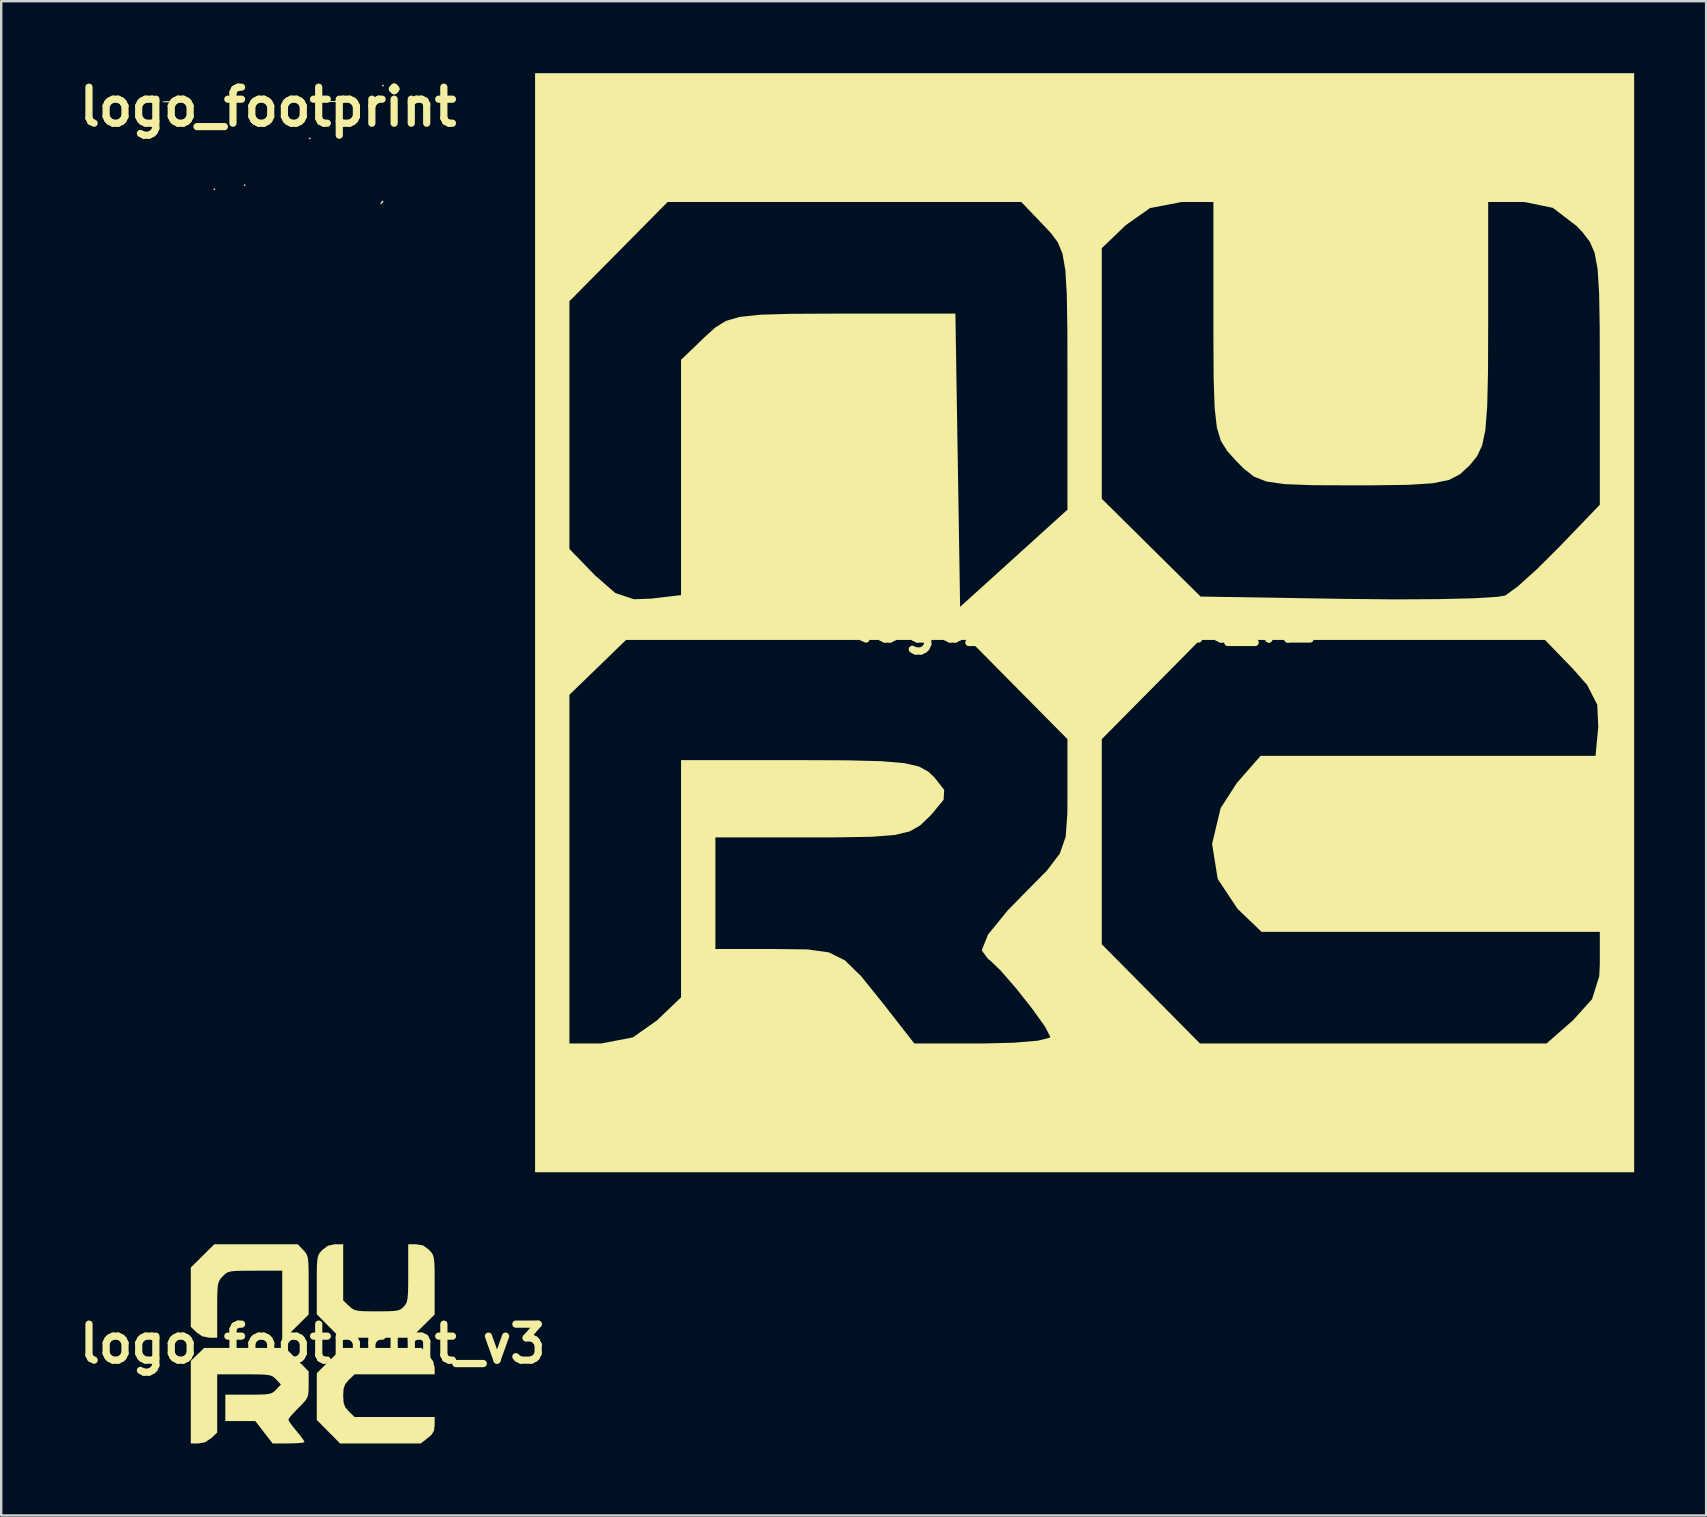
<source format=kicad_pcb>
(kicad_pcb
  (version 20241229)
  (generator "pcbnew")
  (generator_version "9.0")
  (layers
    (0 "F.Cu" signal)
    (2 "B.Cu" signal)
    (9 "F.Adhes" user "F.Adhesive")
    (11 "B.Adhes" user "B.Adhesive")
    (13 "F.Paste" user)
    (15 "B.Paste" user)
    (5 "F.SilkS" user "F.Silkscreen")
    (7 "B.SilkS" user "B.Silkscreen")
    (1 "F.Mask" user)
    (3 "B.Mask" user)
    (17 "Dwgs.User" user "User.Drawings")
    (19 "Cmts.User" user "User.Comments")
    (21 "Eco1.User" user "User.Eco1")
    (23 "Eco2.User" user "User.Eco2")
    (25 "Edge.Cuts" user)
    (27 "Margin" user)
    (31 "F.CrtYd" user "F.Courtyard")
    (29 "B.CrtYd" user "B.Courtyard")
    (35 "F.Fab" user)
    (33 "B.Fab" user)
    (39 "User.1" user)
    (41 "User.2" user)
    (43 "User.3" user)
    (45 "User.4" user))
  (footprint "logo_footprint_v3"
    (layer "F.Cu")
    (at 9.979 52.94)
    (property "Reference" "logo_footprint_v3" (at 0 0 0) (layer "F.SilkS") (effects (font (size 1.5 1.5) (thickness 0.3))))
    (attr board_only exclude_from_pos_files exclude_from_bom)
    (fp_poly (pts (xy 4.809 0.449) (xy 5.015 0.725) (xy 5.08 0.997) (xy 5.08 0.999) (xy 5.08 1.27) (xy 3.412 1.27) (xy 1.745 1.27) (xy 1.507 1.498) (xy 1.359 1.67) (xy 1.288 1.86) (xy 1.27 2.141) (xy 1.27 2.159) (xy 1.287 2.446) (xy 1.354 2.639) (xy 1.498 2.811) (xy 1.507 2.82) (xy 1.745 3.048) (xy 3.412 3.048) (xy 5.08 3.048) (xy 5.08 3.377) (xy 5.055 3.615) (xy 4.951 3.788) (xy 4.789 3.927) (xy 4.499 4.149) (xy 2.818 4.149) (xy 1.138 4.149) (xy 0.654 3.659) (xy 0.169 3.17) (xy 0.169 2.196) (xy 0.169 1.223) (xy 0.701 0.696) (xy 1.232 0.169) (xy 2.886 0.169) (xy 4.539 0.169)) (stroke (width 0) (type solid)) (fill yes) (layer "F.SilkS"))
    (fp_poly (pts (xy -0.397 -3.911) (xy -0.308 -3.814) (xy -0.246 -3.716) (xy -0.206 -3.589) (xy -0.183 -3.401) (xy -0.172 -3.121) (xy -0.169 -2.719) (xy -0.169 -2.448) (xy -0.169 -1.223) (xy -0.72 -0.677) (xy -1.27 -0.132) (xy -1.27 -1.59) (xy -1.27 -3.048) (xy -2.397 -3.048) (xy -2.853 -3.047) (xy -3.172 -3.04) (xy -3.386 -3.022) (xy -3.527 -2.987) (xy -3.628 -2.929) (xy -3.721 -2.843) (xy -3.752 -2.811) (xy -3.843 -2.71) (xy -3.905 -2.61) (xy -3.945 -2.478) (xy -3.967 -2.283) (xy -3.977 -1.992) (xy -3.979 -1.573) (xy -3.979 -1.414) (xy -3.979 -0.254) (xy -4.292 -0.254) (xy -4.605 -0.314) (xy -4.843 -0.482) (xy -5.08 -0.709) (xy -5.08 -1.945) (xy -5.08 -3.18) (xy -4.591 -3.664) (xy -4.101 -4.149) (xy -2.363 -4.149) (xy -0.624 -4.149)) (stroke (width 0) (type solid)) (fill yes) (layer "F.SilkS"))
    (fp_poly (pts (xy 4.591 -4.103) (xy 4.826 -3.938) (xy 4.852 -3.911) (xy 4.941 -3.814) (xy 5.003 -3.716) (xy 5.043 -3.589) (xy 5.066 -3.401) (xy 5.077 -3.121) (xy 5.08 -2.719) (xy 5.08 -2.448) (xy 5.08 -1.222) (xy 4.591 -0.738) (xy 4.101 -0.254) (xy 2.62 -0.254) (xy 1.138 -0.254) (xy 0.654 -0.743) (xy 0.169 -1.233) (xy 0.169 -2.453) (xy 0.17 -2.931) (xy 0.176 -3.27) (xy 0.192 -3.502) (xy 0.223 -3.657) (xy 0.273 -3.766) (xy 0.348 -3.859) (xy 0.397 -3.911) (xy 0.632 -4.091) (xy 0.911 -4.148) (xy 0.947 -4.149) (xy 1.27 -4.149) (xy 1.27 -2.979) (xy 1.27 -1.81) (xy 1.507 -1.582) (xy 1.62 -1.482) (xy 1.734 -1.417) (xy 1.886 -1.379) (xy 2.114 -1.361) (xy 2.455 -1.355) (xy 2.678 -1.355) (xy 3.092 -1.357) (xy 3.372 -1.369) (xy 3.554 -1.397) (xy 3.675 -1.446) (xy 3.769 -1.523) (xy 3.795 -1.551) (xy 3.868 -1.64) (xy 3.919 -1.745) (xy 3.951 -1.898) (xy 3.97 -2.128) (xy 3.978 -2.467) (xy 3.979 -2.944) (xy 3.979 -2.948) (xy 3.979 -4.149) (xy 4.302 -4.149)) (stroke (width 0) (type solid)) (fill yes) (layer "F.SilkS"))
    (fp_poly (pts (xy -0.654 0.659) (xy -0.169 1.148) (xy -0.169 1.699) (xy -0.174 1.991) (xy -0.205 2.187) (xy -0.29 2.346) (xy -0.454 2.529) (xy -0.593 2.667) (xy -0.803 2.884) (xy -0.954 3.058) (xy -1.016 3.155) (xy -1.016 3.157) (xy -0.965 3.255) (xy -0.833 3.438) (xy -0.677 3.631) (xy -0.5 3.85) (xy -0.377 4.018) (xy -0.339 4.091) (xy -0.417 4.118) (xy -0.623 4.138) (xy -0.919 4.148) (xy -1.006 4.149) (xy -1.673 4.149) (xy -2.032 3.683) (xy -2.391 3.217) (xy -3.016 3.217) (xy -3.641 3.217) (xy -3.641 2.667) (xy -3.641 2.117) (xy -2.682 2.117) (xy -2.264 2.115) (xy -1.979 2.104) (xy -1.793 2.079) (xy -1.67 2.032) (xy -1.574 1.957) (xy -1.524 1.905) (xy -1.325 1.693) (xy -1.524 1.482) (xy -1.612 1.396) (xy -1.707 1.337) (xy -1.84 1.3) (xy -2.045 1.28) (xy -2.352 1.272) (xy -2.793 1.27) (xy -2.851 1.27) (xy -3.979 1.27) (xy -3.979 2.482) (xy -3.979 3.694) (xy -4.217 3.921) (xy -4.489 4.103) (xy -4.767 4.149) (xy -5.08 4.149) (xy -5.08 2.43) (xy -5.08 0.711) (xy -4.801 0.44) (xy -4.522 0.169) (xy -2.83 0.169) (xy -1.138 0.169)) (stroke (width 0) (type solid)) (fill yes) (layer "F.SilkS")))
  (footprint "logo_footprint_v2"
    (layer "F.Cu")
    (at 42.139 22.896)
    (property "Reference" "logo_footprint_v2" (at 0 0 0) (layer "F.SilkS") (effects (font (size 1.5 1.5) (thickness 0.3))))
    (attr board_only exclude_from_pos_files exclude_from_bom)
    (fp_poly (pts (xy 22.896 0) (xy 22.896 22.896) (xy 0 22.896) (xy -22.896 22.896) (xy -22.896 17.53) (xy -21.465 17.53) (xy -20.143 17.53) (xy -18.822 17.276) (xy -17.817 16.568) (xy -16.814 15.607) (xy -16.814 10.665) (xy -16.814 5.724) (xy -11.861 5.724) (xy -9.864 5.732) (xy -8.456 5.769) (xy -7.511 5.849) (xy -6.904 5.989) (xy -6.506 6.206) (xy -6.257 6.443) (xy -5.851 6.964) (xy -5.875 7.375) (xy -6.364 7.969) (xy -6.443 8.053) (xy -6.846 8.44) (xy -7.289 8.694) (xy -7.922 8.845) (xy -8.893 8.918) (xy -10.354 8.942) (xy -11.331 8.944) (xy -15.383 8.944) (xy -15.383 11.269) (xy -15.383 13.594) (xy -12.853 13.594) (xy -11.547 13.61) (xy -10.66 13.732) (xy -9.982 14.069) (xy -9.305 14.733) (xy -8.42 15.833) (xy -8.282 16.009) (xy -7.095 17.53) (xy -4.263 17.53) (xy -2.942 17.497) (xy -1.949 17.412) (xy -1.456 17.29) (xy -1.431 17.253) (xy -1.643 16.837) (xy -2.169 16.1) (xy -2.841 15.25) (xy -3.493 14.497) (xy -3.958 14.05) (xy -4.021 14.012) (xy -4.287 13.649) (xy -4.185 13.395) (xy 0.715 13.395) (xy 2.761 15.462) (xy 4.807 17.53) (xy 12.026 17.53) (xy 19.245 17.53) (xy 20.355 16.556) (xy 21.142 15.682) (xy 21.442 14.728) (xy 21.465 14.23) (xy 21.465 12.879) (xy 14.419 12.879) (xy 7.373 12.879) (xy 6.37 11.918) (xy 5.545 10.674) (xy 5.311 9.212) (xy 5.668 7.721) (xy 6.35 6.666) (xy 7.334 5.545) (xy 14.31 5.545) (xy 21.286 5.545) (xy 21.401 4.337) (xy 21.358 3.414) (xy 20.939 2.595) (xy 20.347 1.922) (xy 19.178 0.715) (xy 11.993 0.715) (xy 4.807 0.715) (xy 2.761 2.783) (xy 0.715 4.85) (xy 0.715 9.123) (xy 0.715 13.395) (xy -4.185 13.395) (xy -4.025 12.991) (xy -3.211 11.993) (xy -2.504 11.269) (xy -1.57 10.324) (xy -1.036 9.625) (xy -0.789 8.917) (xy -0.719 7.946) (xy -0.715 7.179) (xy -0.715 4.85) (xy -2.761 2.783) (xy -4.807 0.715) (xy -11.956 0.715) (xy -19.105 0.715) (xy -20.285 1.859) (xy -21.465 3.002) (xy -21.465 10.266) (xy -21.465 17.53) (xy -22.896 17.53) (xy -22.896 0) (xy -22.896 -3.075) (xy -21.465 -3.075) (xy -20.391 -1.967) (xy -19.556 -1.24) (xy -18.78 -0.979) (xy -18.066 -1.005) (xy -16.814 -1.152) (xy -16.814 -6.054) (xy -16.814 -10.956) (xy -15.811 -11.918) (xy -15.377 -12.308) (xy -14.945 -12.575) (xy -14.374 -12.742) (xy -13.525 -12.833) (xy -12.262 -12.871) (xy -10.443 -12.879) (xy -10.095 -12.879) (xy -5.383 -12.879) (xy -5.285 -6.771) (xy -5.187 -0.663) (xy -2.951 -2.687) (xy -0.715 -4.711) (xy -0.715 -5.165) (xy 0.715 -5.165) (xy 2.774 -3.128) (xy 4.832 -1.091) (xy 10.912 -0.993) (xy 12.957 -0.974) (xy 14.773 -0.984) (xy 16.232 -1.02) (xy 17.202 -1.08) (xy 17.53 -1.137) (xy 18.041 -1.509) (xy 18.857 -2.244) (xy 19.765 -3.148) (xy 21.465 -4.916) (xy 21.465 -10.219) (xy 21.461 -12.27) (xy 21.437 -13.733) (xy 21.373 -14.737) (xy 21.25 -15.408) (xy 21.048 -15.875) (xy 20.748 -16.266) (xy 20.503 -16.526) (xy 19.51 -17.286) (xy 18.333 -17.528) (xy 18.178 -17.53) (xy 16.814 -17.53) (xy 16.814 -12.455) (xy 16.807 -10.435) (xy 16.773 -9.001) (xy 16.697 -8.026) (xy 16.56 -7.379) (xy 16.347 -6.931) (xy 16.039 -6.555) (xy 16.036 -6.552) (xy 15.644 -6.189) (xy 15.184 -5.95) (xy 14.505 -5.811) (xy 13.459 -5.745) (xy 11.894 -5.725) (xy 11.274 -5.724) (xy 9.531 -5.731) (xy 8.35 -5.774) (xy 7.574 -5.884) (xy 7.05 -6.091) (xy 6.622 -6.429) (xy 6.327 -6.727) (xy 5.944 -7.152) (xy 5.678 -7.575) (xy 5.51 -8.132) (xy 5.417 -8.958) (xy 5.376 -10.187) (xy 5.366 -11.955) (xy 5.366 -12.63) (xy 5.366 -17.53) (xy 4.044 -17.53) (xy 2.724 -17.276) (xy 1.719 -16.568) (xy 0.715 -15.607) (xy 0.715 -10.386) (xy 0.715 -5.165) (xy -0.715 -5.165) (xy -0.715 -10.117) (xy -0.719 -12.19) (xy -0.742 -13.674) (xy -0.803 -14.694) (xy -0.922 -15.378) (xy -1.118 -15.851) (xy -1.408 -16.239) (xy -1.677 -16.526) (xy -2.638 -17.53) (xy -10.006 -17.53) (xy -17.373 -17.53) (xy -19.419 -15.462) (xy -21.465 -13.395) (xy -21.465 -8.235) (xy -21.465 -3.075) (xy -22.896 -3.075) (xy -22.896 -22.896) (xy 0 -22.896) (xy 22.896 -22.896)) (stroke (width 0) (type solid)) (fill yes) (layer "F.SilkS")))
  (footprint "logo_footprint"
    (layer "F.Cu")
    (at 8.121 1.404)
    (property "Reference" "logo_footprint" (at 0 0 0) (layer "F.SilkS") (effects (font (size 1.5 1.5) (thickness 0.3))))
    (attr board_only exclude_from_pos_files exclude_from_bom)
    (fp_poly (pts (xy -2.201 3.429) (xy -2.244 3.471) (xy -2.286 3.429) (xy -2.244 3.387)) (stroke (width 0) (type solid)) (fill yes) (layer "F.SilkS"))
    (fp_poly (pts (xy -0.931 3.26) (xy -0.974 3.302) (xy -1.016 3.26) (xy -0.974 3.217)) (stroke (width 0) (type solid)) (fill yes) (layer "F.SilkS"))
    (fp_poly (pts (xy 1.778 1.312) (xy 1.736 1.355) (xy 1.693 1.312) (xy 1.736 1.27)) (stroke (width 0) (type solid)) (fill yes) (layer "F.SilkS"))
    (fp_poly (pts (xy 4.826 -0.889) (xy 4.784 -0.847) (xy 4.741 -0.889) (xy 4.784 -0.931)) (stroke (width 0) (type solid)) (fill yes) (layer "F.SilkS"))
    (fp_poly (pts (xy -4.085 -0.228) (xy -4.059 -0.203) (xy -4.176 -0.19) (xy -4.233 -0.189) (xy -4.387 -0.198) (xy -4.406 -0.22) (xy -4.381 -0.228) (xy -4.167 -0.241)) (stroke (width 0) (type solid)) (fill yes) (layer "F.SilkS"))
    (fp_poly (pts (xy 4.799 3.949) (xy 4.784 3.979) (xy 4.704 4.06) (xy 4.689 4.064) (xy 4.683 4.009) (xy 4.699 3.979) (xy 4.779 3.898) (xy 4.794 3.895)) (stroke (width 0) (type solid)) (fill yes) (layer "F.SilkS"))
    (fp_poly (pts (xy 3.3 -0.233) (xy 3.327 -0.232) (xy 3.472 -0.223) (xy 3.459 -0.216) (xy 3.302 -0.21) (xy 3.012 -0.205) (xy 2.602 -0.204) (xy 2.582 -0.204) (xy 2.171 -0.205) (xy 1.883 -0.209) (xy 1.73 -0.215) (xy 1.723 -0.223) (xy 1.874 -0.232) (xy 1.888 -0.232) (xy 2.346 -0.243) (xy 2.852 -0.243)) (stroke (width 0) (type solid)) (fill yes) (layer "F.SilkS")))
  (gr_rect
    (start -3 -3)
    (end 68.034 60.089)
    (stroke (width 0.1) (type default))
    (fill no)
    (layer "Edge.Cuts")))
</source>
